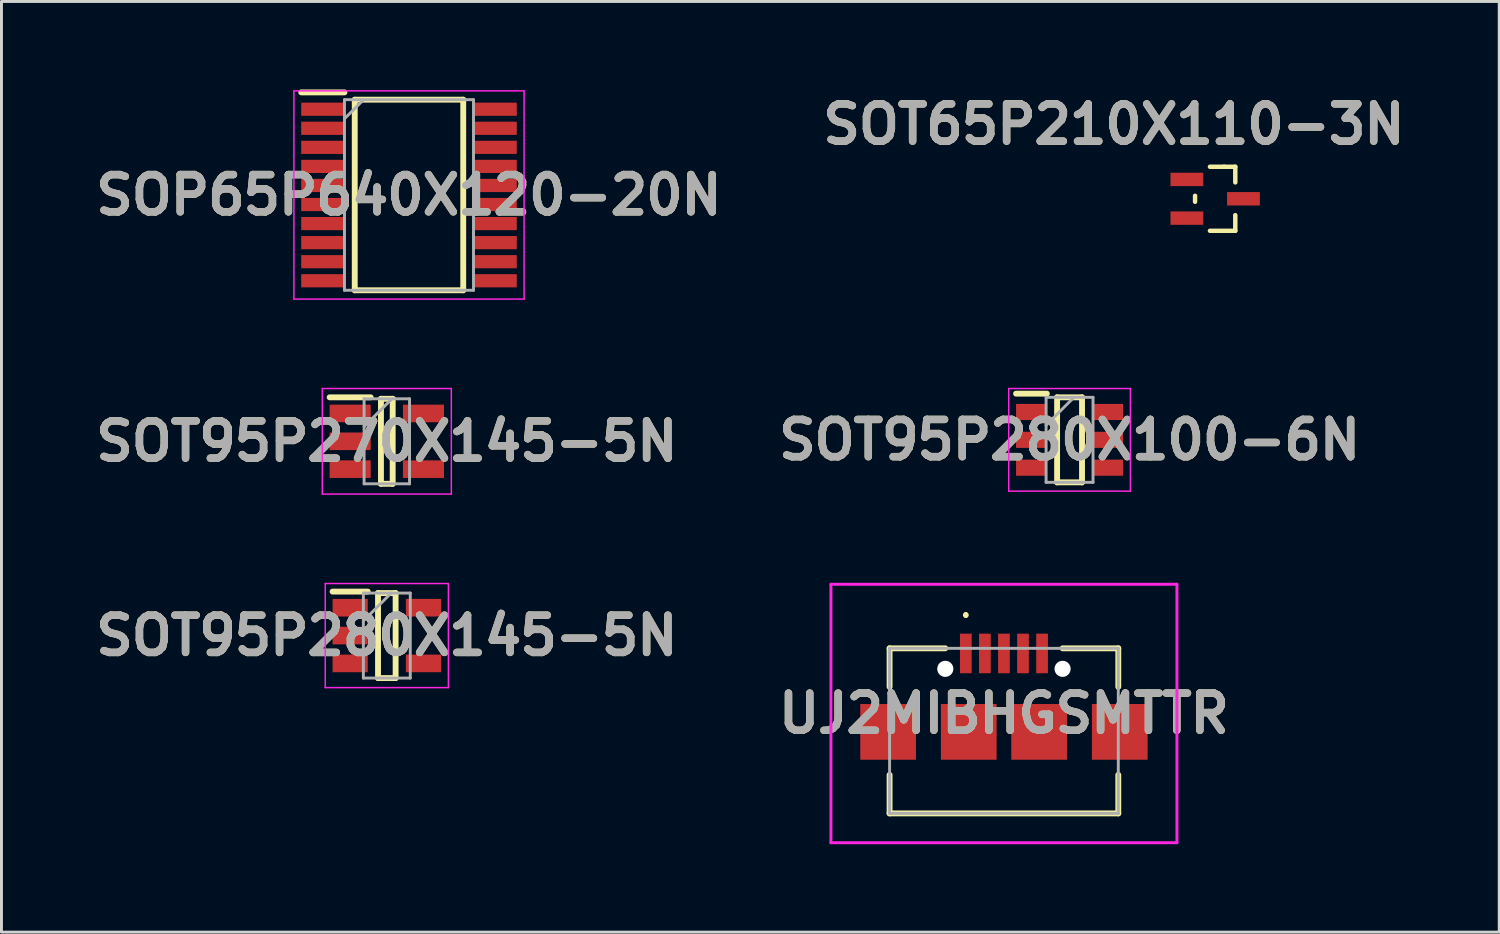
<source format=kicad_pcb>
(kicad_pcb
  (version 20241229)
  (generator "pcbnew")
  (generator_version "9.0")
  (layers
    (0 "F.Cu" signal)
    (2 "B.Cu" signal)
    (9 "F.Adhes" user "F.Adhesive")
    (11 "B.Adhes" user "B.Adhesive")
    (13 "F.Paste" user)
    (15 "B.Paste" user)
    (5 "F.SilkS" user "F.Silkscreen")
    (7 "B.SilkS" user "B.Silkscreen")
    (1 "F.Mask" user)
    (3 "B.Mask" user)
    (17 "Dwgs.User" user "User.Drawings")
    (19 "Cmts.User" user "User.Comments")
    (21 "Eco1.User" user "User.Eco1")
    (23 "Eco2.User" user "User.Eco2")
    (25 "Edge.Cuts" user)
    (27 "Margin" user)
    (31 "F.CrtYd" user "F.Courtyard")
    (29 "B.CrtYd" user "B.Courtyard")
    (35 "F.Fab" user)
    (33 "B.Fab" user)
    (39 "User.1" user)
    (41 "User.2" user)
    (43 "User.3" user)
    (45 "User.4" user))
  (footprint "SOT65P210X110-3N"
    (layer "F.Cu")
    (at 38.392 3.729)
    (property "Reference" "SOT65P210X110-3N" (at -3.454 -2.54 0) (layer "F.SilkS") (effects (font (size 1.27 1.27) (thickness 0.254))))
    (attr smd)
    (fp_line (start -0.686 -0.102) (end -0.686 0.102) (stroke (width 0.152) (type solid)) (layer "F.SilkS"))
    (fp_line (start -0.178 1.092) (end 0.686 1.092) (stroke (width 0.152) (type solid)) (layer "F.SilkS"))
    (fp_line (start 0.305 -1.092) (end -0.178 -1.092) (stroke (width 0.152) (type solid)) (layer "F.SilkS"))
    (fp_line (start 0.686 -1.092) (end 0.305 -1.092) (stroke (width 0.152) (type solid)) (layer "F.SilkS"))
    (fp_line (start 0.686 -0.559) (end 0.686 -1.092) (stroke (width 0.152) (type solid)) (layer "F.SilkS"))
    (fp_line (start 0.686 1.092) (end 0.686 0.559) (stroke (width 0.152) (type solid)) (layer "F.SilkS"))
    (fp_text user "${REFERENCE}" (at -3.454 -2.54 0) (layer "F.Fab") (effects (font (size 1.27 1.27) (thickness 0.254))))
    (pad "1" smd rect (at -0.965 -0.66 90) (size 0.457 1.118) (layers "F.Cu" "F.Mask" "F.Paste"))
    (pad "2" smd rect (at -0.965 0.66 90) (size 0.457 1.118) (layers "F.Cu" "F.Mask" "F.Paste"))
    (pad "3" smd rect (at 0.965 0 90) (size 0.457 1.118) (layers "F.Cu" "F.Mask" "F.Paste")))
  (footprint "SOT95P280X145-5N"
    (layer "F.Cu")
    (at 10.142 18.625)
    (property "Reference" "SOT95P280X145-5N" (at 0 0 0) (layer "F.SilkS") (effects (font (size 1.27 1.27) (thickness 0.254))))
    (attr smd)
    (fp_line (start -1.85 -1.5) (end -0.65 -1.5) (stroke (width 0.2) (type solid)) (layer "F.SilkS"))
    (fp_line (start -0.3 -1.45) (end 0.3 -1.45) (stroke (width 0.2) (type solid)) (layer "F.SilkS"))
    (fp_line (start -0.3 1.45) (end -0.3 -1.45) (stroke (width 0.2) (type solid)) (layer "F.SilkS"))
    (fp_line (start 0.3 -1.45) (end 0.3 1.45) (stroke (width 0.2) (type solid)) (layer "F.SilkS"))
    (fp_line (start 0.3 1.45) (end -0.3 1.45) (stroke (width 0.2) (type solid)) (layer "F.SilkS"))
    (fp_line (start -2.1 -1.775) (end 2.1 -1.775) (stroke (width 0.05) (type solid)) (layer "F.CrtYd"))
    (fp_line (start -2.1 1.775) (end -2.1 -1.775) (stroke (width 0.05) (type solid)) (layer "F.CrtYd"))
    (fp_line (start 2.1 -1.775) (end 2.1 1.775) (stroke (width 0.05) (type solid)) (layer "F.CrtYd"))
    (fp_line (start 2.1 1.775) (end -2.1 1.775) (stroke (width 0.05) (type solid)) (layer "F.CrtYd"))
    (fp_line (start -0.8 -1.45) (end 0.8 -1.45) (stroke (width 0.1) (type solid)) (layer "F.Fab"))
    (fp_line (start -0.8 -0.5) (end 0.15 -1.45) (stroke (width 0.1) (type solid)) (layer "F.Fab"))
    (fp_line (start -0.8 1.45) (end -0.8 -1.45) (stroke (width 0.1) (type solid)) (layer "F.Fab"))
    (fp_line (start 0.8 -1.45) (end 0.8 1.45) (stroke (width 0.1) (type solid)) (layer "F.Fab"))
    (fp_line (start 0.8 1.45) (end -0.8 1.45) (stroke (width 0.1) (type solid)) (layer "F.Fab"))
    (fp_text user "${REFERENCE}" (at 0 0 0) (layer "F.Fab") (effects (font (size 1.27 1.27) (thickness 0.254))))
    (pad "1" smd rect (at -1.25 -0.95 90) (size 0.6 1.2) (layers "F.Cu" "F.Mask" "F.Paste"))
    (pad "2" smd rect (at -1.25 0 90) (size 0.6 1.2) (layers "F.Cu" "F.Mask" "F.Paste"))
    (pad "3" smd rect (at -1.25 0.95 90) (size 0.6 1.2) (layers "F.Cu" "F.Mask" "F.Paste"))
    (pad "4" smd rect (at 1.25 0.95 90) (size 0.6 1.2) (layers "F.Cu" "F.Mask" "F.Paste"))
    (pad "5" smd rect (at 1.25 -0.95 90) (size 0.6 1.2) (layers "F.Cu" "F.Mask" "F.Paste")))
  (footprint "UJ2MIBHGSMTTR"
    (layer "F.Cu")
    (at 31.188 21.875)
    (property "Reference" "UJ2MIBHGSMTTR" (at 0 -0.593 0) (layer "F.SilkS") (effects (font (size 1.27 1.27) (thickness 0.254))))
    (attr through_hole)
    (fp_line (start -3.9 -2.815) (end -2 -2.815) (stroke (width 0.2) (type solid)) (layer "F.SilkS"))
    (fp_line (start -3.9 -1.5) (end -3.9 -2.815) (stroke (width 0.2) (type solid)) (layer "F.SilkS"))
    (fp_line (start -3.9 1.5) (end -3.9 2.815) (stroke (width 0.2) (type solid)) (layer "F.SilkS"))
    (fp_line (start -3.9 2.815) (end 3.9 2.815) (stroke (width 0.2) (type solid)) (layer "F.SilkS"))
    (fp_line (start -1.3 -4) (end -1.3 -4) (stroke (width 0.1) (type solid)) (layer "F.SilkS"))
    (fp_line (start -1.3 -3.9) (end -1.3 -3.9) (stroke (width 0.1) (type solid)) (layer "F.SilkS"))
    (fp_line (start 2 -2.815) (end 3.9 -2.815) (stroke (width 0.2) (type solid)) (layer "F.SilkS"))
    (fp_line (start 3.9 -2.815) (end 3.9 -1.5) (stroke (width 0.2) (type solid)) (layer "F.SilkS"))
    (fp_line (start 3.9 2.815) (end 3.9 1.5) (stroke (width 0.2) (type solid)) (layer "F.SilkS"))
    (fp_arc (start -1.3 -4) (mid -1.25 -3.95) (end -1.3 -3.9) (stroke (width 0.1) (type solid)) (layer "F.SilkS"))
    (fp_arc (start -1.3 -3.9) (mid -1.35 -3.95) (end -1.3 -4) (stroke (width 0.1) (type solid)) (layer "F.SilkS"))
    (fp_line (start -5.9 -5) (end 5.9 -5) (stroke (width 0.1) (type solid)) (layer "F.CrtYd"))
    (fp_line (start -5.9 3.815) (end -5.9 -5) (stroke (width 0.1) (type solid)) (layer "F.CrtYd"))
    (fp_line (start 5.9 -5) (end 5.9 3.815) (stroke (width 0.1) (type solid)) (layer "F.CrtYd"))
    (fp_line (start 5.9 3.815) (end -5.9 3.815) (stroke (width 0.1) (type solid)) (layer "F.CrtYd"))
    (fp_line (start -3.9 -2.815) (end 3.9 -2.815) (stroke (width 0.1) (type solid)) (layer "F.Fab"))
    (fp_line (start -3.9 2.815) (end -3.9 -2.815) (stroke (width 0.1) (type solid)) (layer "F.Fab"))
    (fp_line (start 3.9 -2.815) (end 3.9 2.815) (stroke (width 0.1) (type solid)) (layer "F.Fab"))
    (fp_line (start 3.9 2.815) (end -3.9 2.815) (stroke (width 0.1) (type solid)) (layer "F.Fab"))
    (fp_text user "${REFERENCE}" (at 0 -0.593 0) (layer "F.Fab") (effects (font (size 1.27 1.27) (thickness 0.254))))
    (pad "" np_thru_hole circle (at -2 -2.115) (size 0.55 0.55) (drill 0.55) (layers "*.Cu" "*.Mask"))
    (pad "" np_thru_hole circle (at 2 -2.115) (size 0.55 0.55) (drill 0.55) (layers "*.Cu" "*.Mask"))
    (pad "1" smd rect (at -1.3 -2.64) (size 0.4 1.35) (layers "F.Cu" "F.Mask" "F.Paste"))
    (pad "2" smd rect (at 1.3 -2.64) (size 0.4 1.35) (layers "F.Cu" "F.Mask" "F.Paste"))
    (pad "3" smd rect (at -0.65 -2.64) (size 0.4 1.35) (layers "F.Cu" "F.Mask" "F.Paste"))
    (pad "4" smd rect (at 0 -2.64) (size 0.4 1.35) (layers "F.Cu" "F.Mask" "F.Paste"))
    (pad "5" smd rect (at 0.65 -2.64) (size 0.4 1.35) (layers "F.Cu" "F.Mask" "F.Paste"))
    (pad "MP1" smd rect (at -3.95 0.035) (size 1.9 1.9) (layers "F.Cu" "F.Mask" "F.Paste"))
    (pad "MP2" smd rect (at -1.2 0.035) (size 1.9 1.9) (layers "F.Cu" "F.Mask" "F.Paste"))
    (pad "MP3" smd rect (at 1.2 0.035) (size 1.9 1.9) (layers "F.Cu" "F.Mask" "F.Paste"))
    (pad "MP4" smd rect (at 3.95 0.035) (size 1.9 1.9) (layers "F.Cu" "F.Mask" "F.Paste")))
  (footprint "SOT95P270X145-5N"
    (layer "F.Cu")
    (at 10.142 12)
    (property "Reference" "SOT95P270X145-5N" (at 0 0 0) (layer "F.SilkS") (effects (font (size 1.27 1.27) (thickness 0.254))))
    (attr smd)
    (fp_line (start -1.95 -1.5) (end -0.55 -1.5) (stroke (width 0.2) (type solid)) (layer "F.SilkS"))
    (fp_line (start -0.2 -1.45) (end 0.2 -1.45) (stroke (width 0.2) (type solid)) (layer "F.SilkS"))
    (fp_line (start -0.2 1.45) (end -0.2 -1.45) (stroke (width 0.2) (type solid)) (layer "F.SilkS"))
    (fp_line (start 0.2 -1.45) (end 0.2 1.45) (stroke (width 0.2) (type solid)) (layer "F.SilkS"))
    (fp_line (start 0.2 1.45) (end -0.2 1.45) (stroke (width 0.2) (type solid)) (layer "F.SilkS"))
    (fp_line (start -2.2 -1.8) (end 2.2 -1.8) (stroke (width 0.05) (type solid)) (layer "F.CrtYd"))
    (fp_line (start -2.2 1.8) (end -2.2 -1.8) (stroke (width 0.05) (type solid)) (layer "F.CrtYd"))
    (fp_line (start 2.2 -1.8) (end 2.2 1.8) (stroke (width 0.05) (type solid)) (layer "F.CrtYd"))
    (fp_line (start 2.2 1.8) (end -2.2 1.8) (stroke (width 0.05) (type solid)) (layer "F.CrtYd"))
    (fp_line (start -0.775 -1.45) (end 0.775 -1.45) (stroke (width 0.1) (type solid)) (layer "F.Fab"))
    (fp_line (start -0.775 -0.5) (end 0.175 -1.45) (stroke (width 0.1) (type solid)) (layer "F.Fab"))
    (fp_line (start -0.775 1.45) (end -0.775 -1.45) (stroke (width 0.1) (type solid)) (layer "F.Fab"))
    (fp_line (start 0.775 -1.45) (end 0.775 1.45) (stroke (width 0.1) (type solid)) (layer "F.Fab"))
    (fp_line (start 0.775 1.45) (end -0.775 1.45) (stroke (width 0.1) (type solid)) (layer "F.Fab"))
    (fp_text user "${REFERENCE}" (at 0 0 0) (layer "F.Fab") (effects (font (size 1.27 1.27) (thickness 0.254))))
    (pad "1" smd rect (at -1.25 -0.95 90) (size 0.6 1.4) (layers "F.Cu" "F.Mask" "F.Paste"))
    (pad "2" smd rect (at -1.25 0 90) (size 0.6 1.4) (layers "F.Cu" "F.Mask" "F.Paste"))
    (pad "3" smd rect (at -1.25 0.95 90) (size 0.6 1.4) (layers "F.Cu" "F.Mask" "F.Paste"))
    (pad "4" smd rect (at 1.25 0.95 90) (size 0.6 1.4) (layers "F.Cu" "F.Mask" "F.Paste"))
    (pad "5" smd rect (at 1.25 -0.95 90) (size 0.6 1.4) (layers "F.Cu" "F.Mask" "F.Paste")))
  (footprint "SOP65P640X120-20N"
    (layer "F.Cu")
    (at 10.898 3.6)
    (property "Reference" "SOP65P640X120-20N" (at 0 0 0) (layer "F.SilkS") (effects (font (size 1.27 1.27) (thickness 0.254))))
    (attr smd)
    (fp_line (start -3.675 -3.5) (end -2.2 -3.5) (stroke (width 0.2) (type solid)) (layer "F.SilkS"))
    (fp_line (start -1.85 -3.25) (end 1.85 -3.25) (stroke (width 0.2) (type solid)) (layer "F.SilkS"))
    (fp_line (start -1.85 3.25) (end -1.85 -3.25) (stroke (width 0.2) (type solid)) (layer "F.SilkS"))
    (fp_line (start 1.85 -3.25) (end 1.85 3.25) (stroke (width 0.2) (type solid)) (layer "F.SilkS"))
    (fp_line (start 1.85 3.25) (end -1.85 3.25) (stroke (width 0.2) (type solid)) (layer "F.SilkS"))
    (fp_line (start -3.925 -3.55) (end 3.925 -3.55) (stroke (width 0.05) (type solid)) (layer "F.CrtYd"))
    (fp_line (start -3.925 3.55) (end -3.925 -3.55) (stroke (width 0.05) (type solid)) (layer "F.CrtYd"))
    (fp_line (start 3.925 -3.55) (end 3.925 3.55) (stroke (width 0.05) (type solid)) (layer "F.CrtYd"))
    (fp_line (start 3.925 3.55) (end -3.925 3.55) (stroke (width 0.05) (type solid)) (layer "F.CrtYd"))
    (fp_line (start -2.2 -3.25) (end 2.2 -3.25) (stroke (width 0.1) (type solid)) (layer "F.Fab"))
    (fp_line (start -2.2 -2.6) (end -1.55 -3.25) (stroke (width 0.1) (type solid)) (layer "F.Fab"))
    (fp_line (start -2.2 3.25) (end -2.2 -3.25) (stroke (width 0.1) (type solid)) (layer "F.Fab"))
    (fp_line (start 2.2 -3.25) (end 2.2 3.25) (stroke (width 0.1) (type solid)) (layer "F.Fab"))
    (fp_line (start 2.2 3.25) (end -2.2 3.25) (stroke (width 0.1) (type solid)) (layer "F.Fab"))
    (fp_text user "${REFERENCE}" (at 0 0 0) (layer "F.Fab") (effects (font (size 1.27 1.27) (thickness 0.254))))
    (pad "1" smd rect (at -2.938 -2.925 90) (size 0.45 1.475) (layers "F.Cu" "F.Mask" "F.Paste"))
    (pad "2" smd rect (at -2.938 -2.275 90) (size 0.45 1.475) (layers "F.Cu" "F.Mask" "F.Paste"))
    (pad "3" smd rect (at -2.938 -1.625 90) (size 0.45 1.475) (layers "F.Cu" "F.Mask" "F.Paste"))
    (pad "4" smd rect (at -2.938 -0.975 90) (size 0.45 1.475) (layers "F.Cu" "F.Mask" "F.Paste"))
    (pad "5" smd rect (at -2.938 -0.325 90) (size 0.45 1.475) (layers "F.Cu" "F.Mask" "F.Paste"))
    (pad "6" smd rect (at -2.938 0.325 90) (size 0.45 1.475) (layers "F.Cu" "F.Mask" "F.Paste"))
    (pad "7" smd rect (at -2.938 0.975 90) (size 0.45 1.475) (layers "F.Cu" "F.Mask" "F.Paste"))
    (pad "8" smd rect (at -2.938 1.625 90) (size 0.45 1.475) (layers "F.Cu" "F.Mask" "F.Paste"))
    (pad "9" smd rect (at -2.938 2.275 90) (size 0.45 1.475) (layers "F.Cu" "F.Mask" "F.Paste"))
    (pad "10" smd rect (at -2.938 2.925 90) (size 0.45 1.475) (layers "F.Cu" "F.Mask" "F.Paste"))
    (pad "11" smd rect (at 2.938 2.925 90) (size 0.45 1.475) (layers "F.Cu" "F.Mask" "F.Paste"))
    (pad "12" smd rect (at 2.938 2.275 90) (size 0.45 1.475) (layers "F.Cu" "F.Mask" "F.Paste"))
    (pad "13" smd rect (at 2.938 1.625 90) (size 0.45 1.475) (layers "F.Cu" "F.Mask" "F.Paste"))
    (pad "14" smd rect (at 2.938 0.975 90) (size 0.45 1.475) (layers "F.Cu" "F.Mask" "F.Paste"))
    (pad "15" smd rect (at 2.938 0.325 90) (size 0.45 1.475) (layers "F.Cu" "F.Mask" "F.Paste"))
    (pad "16" smd rect (at 2.938 -0.325 90) (size 0.45 1.475) (layers "F.Cu" "F.Mask" "F.Paste"))
    (pad "17" smd rect (at 2.938 -0.975 90) (size 0.45 1.475) (layers "F.Cu" "F.Mask" "F.Paste"))
    (pad "18" smd rect (at 2.938 -1.625 90) (size 0.45 1.475) (layers "F.Cu" "F.Mask" "F.Paste"))
    (pad "19" smd rect (at 2.938 -2.275 90) (size 0.45 1.475) (layers "F.Cu" "F.Mask" "F.Paste"))
    (pad "20" smd rect (at 2.938 -2.925 90) (size 0.45 1.475) (layers "F.Cu" "F.Mask" "F.Paste")))
  (footprint "SOT95P280X100-6N"
    (layer "F.Cu")
    (at 33.426 11.95)
    (property "Reference" "SOT95P280X100-6N" (at 0 0 0) (layer "F.SilkS") (effects (font (size 1.27 1.27) (thickness 0.254))))
    (attr smd)
    (fp_line (start -1.825 -1.575) (end -0.775 -1.575) (stroke (width 0.2) (type solid)) (layer "F.SilkS"))
    (fp_line (start -0.425 -1.45) (end 0.425 -1.45) (stroke (width 0.2) (type solid)) (layer "F.SilkS"))
    (fp_line (start -0.425 1.45) (end -0.425 -1.45) (stroke (width 0.2) (type solid)) (layer "F.SilkS"))
    (fp_line (start 0.425 -1.45) (end 0.425 1.45) (stroke (width 0.2) (type solid)) (layer "F.SilkS"))
    (fp_line (start 0.425 1.45) (end -0.425 1.45) (stroke (width 0.2) (type solid)) (layer "F.SilkS"))
    (fp_line (start -2.075 -1.75) (end 2.075 -1.75) (stroke (width 0.05) (type solid)) (layer "F.CrtYd"))
    (fp_line (start -2.075 1.75) (end -2.075 -1.75) (stroke (width 0.05) (type solid)) (layer "F.CrtYd"))
    (fp_line (start 2.075 -1.75) (end 2.075 1.75) (stroke (width 0.05) (type solid)) (layer "F.CrtYd"))
    (fp_line (start 2.075 1.75) (end -2.075 1.75) (stroke (width 0.05) (type solid)) (layer "F.CrtYd"))
    (fp_line (start -0.8 -1.45) (end 0.8 -1.45) (stroke (width 0.1) (type solid)) (layer "F.Fab"))
    (fp_line (start -0.8 -0.5) (end 0.15 -1.45) (stroke (width 0.1) (type solid)) (layer "F.Fab"))
    (fp_line (start -0.8 1.45) (end -0.8 -1.45) (stroke (width 0.1) (type solid)) (layer "F.Fab"))
    (fp_line (start 0.8 -1.45) (end 0.8 1.45) (stroke (width 0.1) (type solid)) (layer "F.Fab"))
    (fp_line (start 0.8 1.45) (end -0.8 1.45) (stroke (width 0.1) (type solid)) (layer "F.Fab"))
    (fp_text user "${REFERENCE}" (at 0 0 0) (layer "F.Fab") (effects (font (size 1.27 1.27) (thickness 0.254))))
    (pad "1" smd rect (at -1.3 -0.95 90) (size 0.55 1.05) (layers "F.Cu" "F.Mask" "F.Paste"))
    (pad "2" smd rect (at -1.3 0 90) (size 0.55 1.05) (layers "F.Cu" "F.Mask" "F.Paste"))
    (pad "3" smd rect (at -1.3 0.95 90) (size 0.55 1.05) (layers "F.Cu" "F.Mask" "F.Paste"))
    (pad "4" smd rect (at 1.3 0.95 90) (size 0.55 1.05) (layers "F.Cu" "F.Mask" "F.Paste"))
    (pad "5" smd rect (at 1.3 0 90) (size 0.55 1.05) (layers "F.Cu" "F.Mask" "F.Paste"))
    (pad "6" smd rect (at 1.3 -0.95 90) (size 0.55 1.05) (layers "F.Cu" "F.Mask" "F.Paste")))
  (gr_rect
    (start -3 -3)
    (end 48.079 28.74)
    (stroke (width 0.1) (type default))
    (fill no)
    (layer "Edge.Cuts")))
</source>
